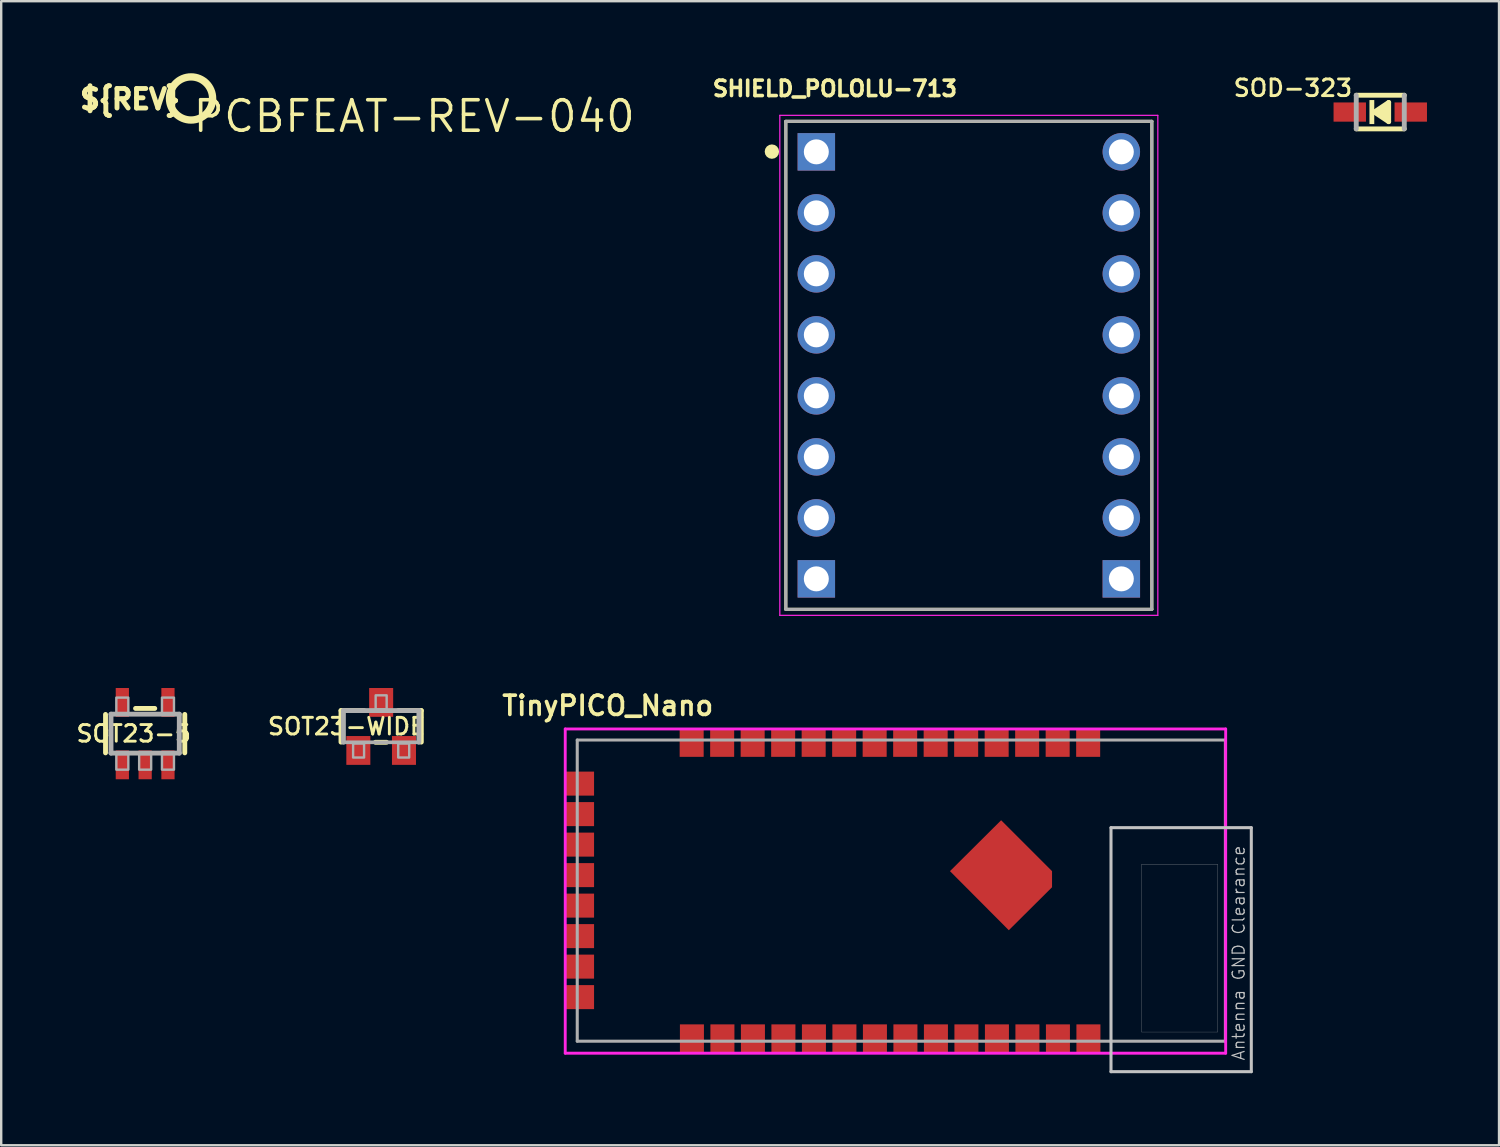
<source format=kicad_pcb>
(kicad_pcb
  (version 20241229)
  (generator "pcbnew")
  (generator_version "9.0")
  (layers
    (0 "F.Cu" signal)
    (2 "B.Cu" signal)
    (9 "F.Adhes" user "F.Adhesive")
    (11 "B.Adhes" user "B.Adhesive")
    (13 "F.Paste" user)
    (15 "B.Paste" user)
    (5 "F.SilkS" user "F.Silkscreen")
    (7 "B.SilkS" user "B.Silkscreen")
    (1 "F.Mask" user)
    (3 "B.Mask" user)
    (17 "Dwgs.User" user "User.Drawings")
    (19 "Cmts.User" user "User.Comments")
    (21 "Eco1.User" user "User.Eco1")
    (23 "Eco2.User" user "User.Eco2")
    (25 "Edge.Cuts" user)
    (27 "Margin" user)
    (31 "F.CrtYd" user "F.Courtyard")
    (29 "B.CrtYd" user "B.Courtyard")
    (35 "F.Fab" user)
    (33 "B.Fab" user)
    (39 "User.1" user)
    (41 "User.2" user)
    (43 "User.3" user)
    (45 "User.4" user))
  (footprint "PCBFEAT-REV-040"
    (layer "F.Cu")
    (at 4.905 1.05)
    (property "Reference" "PCBFEAT-REV-040" (at 0 0 0) (layer "F.SilkS") (effects (font (size 1.27 1.27) (thickness 0.15)) (justify left top)))
    (fp_circle (center 0 0) (end 0.898 0) (stroke (width 0.305) (type solid)) (fill no) (layer "F.SilkS"))
    (fp_text user "${REV}" (at -0.356 0.508 0) (layer "F.SilkS") (effects (font (size 0.813 0.813) (thickness 0.203)) (justify right bottom))))
  (footprint "SOT23-WIDE"
    (layer "F.Cu")
    (at 12.821 27.198)
    (property "Reference" "SOT23-WIDE" (at 1.905 0 180) (layer "F.SilkS") (effects (font (size 0.693 0.693) (thickness 0.12)) (justify right)))
    (fp_line (start -1.672 -0.66) (end -0.714 -0.66) (stroke (width 0.203) (type solid)) (layer "F.SilkS"))
    (fp_line (start -1.672 0.652) (end -1.672 -0.66) (stroke (width 0.203) (type solid)) (layer "F.SilkS"))
    (fp_line (start 0.222 0.66) (end -0.236 0.66) (stroke (width 0.203) (type solid)) (layer "F.SilkS"))
    (fp_line (start 0.714 -0.66) (end 1.672 -0.66) (stroke (width 0.203) (type solid)) (layer "F.SilkS"))
    (fp_line (start 1.672 -0.66) (end 1.672 0.652) (stroke (width 0.203) (type solid)) (layer "F.SilkS"))
    (fp_line (start -1.572 -0.66) (end 1.572 -0.66) (stroke (width 0.203) (type solid)) (layer "F.Fab"))
    (fp_line (start -1.572 0.66) (end -1.572 -0.66) (stroke (width 0.203) (type solid)) (layer "F.Fab"))
    (fp_line (start 1.572 -0.66) (end 1.572 0.66) (stroke (width 0.203) (type solid)) (layer "F.Fab"))
    (fp_line (start 1.572 0.66) (end -1.572 0.66) (stroke (width 0.152) (type solid)) (layer "F.Fab"))
    (fp_poly (pts (xy -1.168 1.295) (xy -0.711 1.295) (xy -0.711 0.711) (xy -1.168 0.711)) (stroke (width 0.1) (type default)) (fill no) (layer "F.Fab"))
    (fp_poly (pts (xy -0.229 -0.711) (xy 0.229 -0.711) (xy 0.229 -1.295) (xy -0.229 -1.295)) (stroke (width 0.1) (type default)) (fill no) (layer "F.Fab"))
    (fp_poly (pts (xy 0.711 1.295) (xy 1.168 1.295) (xy 1.168 0.711) (xy 0.711 0.711)) (stroke (width 0.1) (type default)) (fill no) (layer "F.Fab"))
    (pad "1" smd rect (at -0.95 1) (size 1 1.2) (layers "F.Cu" "F.Mask" "F.Paste"))
    (pad "2" smd rect (at 0.95 1) (size 1 1.2) (layers "F.Cu" "F.Mask" "F.Paste"))
    (pad "3" smd rect (at 0 -1) (size 1 1.2) (layers "F.Cu" "F.Mask" "F.Paste")))
  (footprint "SOD-323"
    (layer "F.Cu")
    (at 54.423 1.616)
    (property "Reference" "SOD-323" (at -1.1 -1 180) (layer "F.SilkS") (effects (font (size 0.693 0.693) (thickness 0.12)) (justify right)))
    (fp_line (start -1 -0.7) (end 1 -0.7) (stroke (width 0.203) (type solid)) (layer "F.SilkS"))
    (fp_line (start -0.25 0) (end 0.35 -0.4) (stroke (width 0.203) (type solid)) (layer "F.SilkS"))
    (fp_line (start 0.35 -0.4) (end 0.35 0.4) (stroke (width 0.203) (type solid)) (layer "F.SilkS"))
    (fp_line (start 0.35 0.4) (end -0.25 0) (stroke (width 0.203) (type solid)) (layer "F.SilkS"))
    (fp_line (start 1 0.7) (end -1 0.7) (stroke (width 0.203) (type solid)) (layer "F.SilkS"))
    (fp_poly (pts (xy 0.302 0.39) (xy -0.283 0) (xy 0.302 -0.39)) (stroke (width 0) (type default)) (fill yes) (layer "F.SilkS"))
    (fp_poly (pts (xy -0.45 0.5) (xy -0.25 0.5) (xy -0.25 -0.5) (xy -0.45 -0.5)) (stroke (width 0) (type default)) (fill yes) (layer "F.SilkS"))
    (fp_line (start -1 0.7) (end -1 -0.7) (stroke (width 0.203) (type solid)) (layer "F.Fab"))
    (fp_line (start 1 -0.7) (end 1 0.7) (stroke (width 0.203) (type solid)) (layer "F.Fab"))
    (pad "A" smd rect (at 1.27 0) (size 1.35 0.8) (layers "F.Cu" "F.Mask" "F.Paste"))
    (pad "C" smd rect (at -1.27 0) (size 1.35 0.8) (layers "F.Cu" "F.Mask" "F.Paste")))
  (footprint "SHIELD_POLOLU-713"
    (layer "F.Cu")
    (at 37.291 12.163)
    (property "Reference" "SHIELD_POLOLU-713" (at -5.577 -11.524 0) (layer "F.SilkS") (effects (font (size 0.641 0.641) (thickness 0.15))))
    (attr through_hole)
    (fp_line (start -7.62 -10.16) (end 7.62 -10.16) (stroke (width 0.127) (type solid)) (layer "F.SilkS"))
    (fp_line (start -7.62 10.16) (end -7.62 -10.16) (stroke (width 0.127) (type solid)) (layer "F.SilkS"))
    (fp_line (start 7.62 -10.16) (end 7.62 10.16) (stroke (width 0.127) (type solid)) (layer "F.SilkS"))
    (fp_line (start 7.62 10.16) (end -7.62 10.16) (stroke (width 0.127) (type solid)) (layer "F.SilkS"))
    (fp_circle (center -8.2 -8.9) (end -8.05 -8.9) (stroke (width 0.3) (type solid)) (fill no) (layer "F.SilkS"))
    (fp_line (start -7.87 -10.41) (end 7.87 -10.41) (stroke (width 0.05) (type solid)) (layer "F.CrtYd"))
    (fp_line (start -7.87 10.41) (end -7.87 -10.41) (stroke (width 0.05) (type solid)) (layer "F.CrtYd"))
    (fp_line (start 7.87 -10.41) (end 7.87 10.41) (stroke (width 0.05) (type solid)) (layer "F.CrtYd"))
    (fp_line (start 7.87 10.41) (end -7.87 10.41) (stroke (width 0.05) (type solid)) (layer "F.CrtYd"))
    (fp_line (start -7.62 -10.16) (end 7.62 -10.16) (stroke (width 0.127) (type solid)) (layer "F.Fab"))
    (fp_line (start -7.62 10.16) (end -7.62 -10.16) (stroke (width 0.127) (type solid)) (layer "F.Fab"))
    (fp_line (start 7.62 -10.16) (end 7.62 10.16) (stroke (width 0.127) (type solid)) (layer "F.Fab"))
    (fp_line (start 7.62 10.16) (end -7.62 10.16) (stroke (width 0.127) (type solid)) (layer "F.Fab"))
    (pad "1" thru_hole rect (at -6.35 -8.89) (size 1.56 1.56) (drill 1.04) (layers "*.Cu" "*.Mask"))
    (pad "2" thru_hole circle (at -6.35 -6.35) (size 1.56 1.56) (drill 1.04) (layers "*.Cu" "*.Mask"))
    (pad "3" thru_hole circle (at -6.35 -3.81) (size 1.56 1.56) (drill 1.04) (layers "*.Cu" "*.Mask"))
    (pad "4" thru_hole circle (at -6.35 -1.27) (size 1.56 1.56) (drill 1.04) (layers "*.Cu" "*.Mask"))
    (pad "5" thru_hole circle (at -6.35 1.27) (size 1.56 1.56) (drill 1.04) (layers "*.Cu" "*.Mask"))
    (pad "6" thru_hole circle (at -6.35 3.81) (size 1.56 1.56) (drill 1.04) (layers "*.Cu" "*.Mask"))
    (pad "7" thru_hole circle (at -6.35 6.35) (size 1.56 1.56) (drill 1.04) (layers "*.Cu" "*.Mask"))
    (pad "8" thru_hole rect (at -6.35 8.89) (size 1.56 1.56) (drill 1.04) (layers "*.Cu" "*.Mask"))
    (pad "9" thru_hole rect (at 6.35 8.89) (size 1.56 1.56) (drill 1.04) (layers "*.Cu" "*.Mask"))
    (pad "10" thru_hole circle (at 6.35 6.35) (size 1.56 1.56) (drill 1.04) (layers "*.Cu" "*.Mask"))
    (pad "11" thru_hole circle (at 6.35 3.81) (size 1.56 1.56) (drill 1.04) (layers "*.Cu" "*.Mask"))
    (pad "12" thru_hole circle (at 6.35 1.27) (size 1.56 1.56) (drill 1.04) (layers "*.Cu" "*.Mask"))
    (pad "13" thru_hole circle (at 6.35 -1.27) (size 1.56 1.56) (drill 1.04) (layers "*.Cu" "*.Mask"))
    (pad "14" thru_hole circle (at 6.35 -3.81) (size 1.56 1.56) (drill 1.04) (layers "*.Cu" "*.Mask"))
    (pad "15" thru_hole circle (at 6.35 -6.35) (size 1.56 1.56) (drill 1.04) (layers "*.Cu" "*.Mask"))
    (pad "16" thru_hole circle (at 6.35 -8.89) (size 1.56 1.56) (drill 1.04) (layers "*.Cu" "*.Mask")))
  (footprint "TinyPICO_Nano"
    (layer "F.Cu")
    (at 20.986 40.304)
    (property "Reference" "TinyPICO_Nano" (at 1.27 -13.97 0) (layer "F.SilkS") (effects (font (size 0.8 0.8) (thickness 0.153))))
    (attr smd)
    (fp_poly (pts (xy 16.383 -7.417) (xy 17.145 -7.417) (xy 17.145 -6.655) (xy 16.383 -6.655)) (stroke (width 0.01) (type solid)) (fill yes) (layer "F.Paste"))
    (fp_poly (pts (xy 17.323 -8.382) (xy 18.085 -8.382) (xy 18.085 -7.62) (xy 17.323 -7.62)) (stroke (width 0.01) (type solid)) (fill yes) (layer "F.Paste"))
    (fp_poly (pts (xy 17.424 -6.299) (xy 18.186 -6.299) (xy 18.186 -5.537) (xy 17.424 -5.537)) (stroke (width 0.01) (type solid)) (fill yes) (layer "F.Paste"))
    (fp_poly (pts (xy 18.44 -7.315) (xy 19.202 -7.315) (xy 19.202 -6.553) (xy 18.44 -6.553)) (stroke (width 0.01) (type solid)) (fill yes) (layer "F.Paste"))
    (fp_line (start 22.225 -8.89) (end 28.067 -8.89) (stroke (width 0.127) (type solid)) (layer "Dwgs.User"))
    (fp_line (start 22.225 1.27) (end 22.225 -8.89) (stroke (width 0.127) (type solid)) (layer "Dwgs.User"))
    (fp_line (start 28.067 -8.89) (end 28.067 1.27) (stroke (width 0.127) (type solid)) (layer "Dwgs.User"))
    (fp_line (start 28.067 1.27) (end 22.225 1.27) (stroke (width 0.127) (type solid)) (layer "Dwgs.User"))
    (fp_line (start -0.5 -13) (end 27 -13) (stroke (width 0.12) (type solid)) (layer "F.CrtYd"))
    (fp_line (start -0.5 0.5) (end -0.5 -13) (stroke (width 0.12) (type solid)) (layer "F.CrtYd"))
    (fp_line (start 27 -13) (end 27 0.5) (stroke (width 0.12) (type solid)) (layer "F.CrtYd"))
    (fp_line (start 27 0.5) (end -0.5 0.5) (stroke (width 0.12) (type solid)) (layer "F.CrtYd"))
    (fp_line (start 0 -12.54) (end 26.988 -12.54) (stroke (width 0.127) (type solid)) (layer "F.Fab"))
    (fp_line (start 0 0) (end 0 -12.54) (stroke (width 0.127) (type solid)) (layer "F.Fab"))
    (fp_line (start 26.988 -12.54) (end 26.988 0) (stroke (width 0.127) (type solid)) (layer "F.Fab"))
    (fp_line (start 26.988 0) (end 0 0) (stroke (width 0.127) (type solid)) (layer "F.Fab"))
    (fp_poly (pts (xy 23.495 -7.366) (xy 26.67 -7.366) (xy 26.67 -0.381) (xy 23.495 -0.381)) (stroke (width 0.01) (type solid)) (fill no) (layer "F.Fab"))
    (fp_text user "Antenna GND Clearance" (at 27.54 -3.67 90) (layer "Dwgs.User") (effects (font (size 0.5 0.5) (thickness 0.05))))
    (pad "1" smd rect (at 0.1 -1.835) (size 1.2 1) (layers "F.Cu" "F.Mask" "F.Paste"))
    (pad "2" smd rect (at 0.1 -3.105) (size 1.2 1) (layers "F.Cu" "F.Mask" "F.Paste"))
    (pad "2" smd custom (at 17.678 -7.036) (size 2.032 2.032) (layers "F.Cu" "F.Mask" "F.Paste") (options (anchor rect)) (primitives (gr_poly (pts (xy 2.092 -0.044) (xy 2.092 0.626) (xy 0.292 2.416) (xy -2.158 -0.044) (xy -0.028 -2.164)) (width 0.0001) (fill yes))))
    (pad "3" smd rect (at 0.1 -4.375) (size 1.2 1) (layers "F.Cu" "F.Mask" "F.Paste"))
    (pad "4" smd rect (at 0.1 -5.645) (size 1.2 1) (layers "F.Cu" "F.Mask" "F.Paste"))
    (pad "5" smd rect (at 0.1 -6.915) (size 1.2 1) (layers "F.Cu" "F.Mask" "F.Paste"))
    (pad "6" smd rect (at 0.1 -8.185) (size 1.2 1) (layers "F.Cu" "F.Mask" "F.Paste"))
    (pad "7" smd rect (at 0.1 -9.455) (size 1.2 1) (layers "F.Cu" "F.Mask" "F.Paste"))
    (pad "8" smd rect (at 0.1 -10.725) (size 1.2 1) (layers "F.Cu" "F.Mask" "F.Paste"))
    (pad "9" smd rect (at 4.764 -12.44) (size 1 1.2) (layers "F.Cu" "F.Mask" "F.Paste"))
    (pad "10" smd rect (at 6.034 -12.44) (size 1 1.2) (layers "F.Cu" "F.Mask" "F.Paste"))
    (pad "11" smd rect (at 7.304 -12.44) (size 1 1.2) (layers "F.Cu" "F.Mask" "F.Paste"))
    (pad "12" smd rect (at 8.574 -12.44) (size 1 1.2) (layers "F.Cu" "F.Mask" "F.Paste"))
    (pad "13" smd rect (at 9.844 -12.44) (size 1 1.2) (layers "F.Cu" "F.Mask" "F.Paste"))
    (pad "14" smd rect (at 11.114 -12.44) (size 1 1.2) (layers "F.Cu" "F.Mask" "F.Paste"))
    (pad "15" smd rect (at 12.384 -12.44) (size 1 1.2) (layers "F.Cu" "F.Mask" "F.Paste"))
    (pad "16" smd rect (at 13.654 -12.44) (size 1 1.2) (layers "F.Cu" "F.Mask" "F.Paste"))
    (pad "17" smd rect (at 14.924 -12.44) (size 1 1.2) (layers "F.Cu" "F.Mask" "F.Paste"))
    (pad "18" smd rect (at 16.194 -12.44) (size 1 1.2) (layers "F.Cu" "F.Mask" "F.Paste"))
    (pad "19" smd rect (at 17.464 -12.44) (size 1 1.2) (layers "F.Cu" "F.Mask" "F.Paste"))
    (pad "20" smd rect (at 18.734 -12.44) (size 1 1.2) (layers "F.Cu" "F.Mask" "F.Paste"))
    (pad "21" smd rect (at 20.004 -12.44) (size 1 1.2) (layers "F.Cu" "F.Mask" "F.Paste"))
    (pad "22" smd rect (at 21.274 -12.44) (size 1 1.2) (layers "F.Cu" "F.Mask" "F.Paste"))
    (pad "23" smd rect (at 4.775 -0.1) (size 1 1.2) (layers "F.Cu" "F.Mask" "F.Paste"))
    (pad "24" smd rect (at 6.045 -0.1) (size 1 1.2) (layers "F.Cu" "F.Mask" "F.Paste"))
    (pad "25" smd rect (at 7.315 -0.1) (size 1 1.2) (layers "F.Cu" "F.Mask" "F.Paste"))
    (pad "26" smd rect (at 8.585 -0.1) (size 1 1.2) (layers "F.Cu" "F.Mask" "F.Paste"))
    (pad "27" smd rect (at 9.855 -0.1) (size 1 1.2) (layers "F.Cu" "F.Mask" "F.Paste"))
    (pad "28" smd rect (at 11.125 -0.1) (size 1 1.2) (layers "F.Cu" "F.Mask" "F.Paste"))
    (pad "29" smd rect (at 12.395 -0.1) (size 1 1.2) (layers "F.Cu" "F.Mask" "F.Paste"))
    (pad "30" smd rect (at 13.665 -0.1) (size 1 1.2) (layers "F.Cu" "F.Mask" "F.Paste"))
    (pad "31" smd rect (at 14.935 -0.1) (size 1 1.2) (layers "F.Cu" "F.Mask" "F.Paste"))
    (pad "32" smd rect (at 16.205 -0.1) (size 1 1.2) (layers "F.Cu" "F.Mask" "F.Paste"))
    (pad "33" smd rect (at 17.475 -0.1) (size 1 1.2) (layers "F.Cu" "F.Mask" "F.Paste"))
    (pad "34" smd rect (at 18.745 -0.1) (size 1 1.2) (layers "F.Cu" "F.Mask" "F.Paste"))
    (pad "35" smd rect (at 20.015 -0.1) (size 1 1.2) (layers "F.Cu" "F.Mask" "F.Paste"))
    (pad "36" smd rect (at 21.285 -0.1) (size 1 1.2) (layers "F.Cu" "F.Mask" "F.Paste")))
  (footprint "SOT23-5"
    (layer "F.Cu")
    (at 2.994 27.498)
    (property "Reference" "SOT23-5" (at 1.978 0 180) (layer "F.SilkS") (effects (font (size 0.693 0.693) (thickness 0.12)) (justify right)))
    (fp_line (start -1.65 -0.8) (end -1.65 0.8) (stroke (width 0.203) (type solid)) (layer "F.SilkS"))
    (fp_line (start -0.4 -1.05) (end 0.4 -1.05) (stroke (width 0.203) (type solid)) (layer "F.SilkS"))
    (fp_line (start 1.65 -0.8) (end 1.65 0.8) (stroke (width 0.203) (type solid)) (layer "F.SilkS"))
    (fp_line (start -1.422 -0.81) (end 1.422 -0.81) (stroke (width 0.203) (type solid)) (layer "F.Fab"))
    (fp_line (start -1.422 0.81) (end -1.422 -0.81) (stroke (width 0.203) (type solid)) (layer "F.Fab"))
    (fp_line (start 1.422 -0.81) (end 1.422 0.81) (stroke (width 0.203) (type solid)) (layer "F.Fab"))
    (fp_line (start 1.422 0.81) (end -1.422 0.81) (stroke (width 0.203) (type solid)) (layer "F.Fab"))
    (fp_poly (pts (xy -1.2 -0.85) (xy -0.7 -0.85) (xy -0.7 -1.5) (xy -1.2 -1.5)) (stroke (width 0.1) (type default)) (fill no) (layer "F.Fab"))
    (fp_poly (pts (xy -1.2 1.5) (xy -0.7 1.5) (xy -0.7 0.85) (xy -1.2 0.85)) (stroke (width 0.1) (type default)) (fill no) (layer "F.Fab"))
    (fp_poly (pts (xy -0.25 1.5) (xy 0.25 1.5) (xy 0.25 0.85) (xy -0.25 0.85)) (stroke (width 0.1) (type default)) (fill no) (layer "F.Fab"))
    (fp_poly (pts (xy 0.7 -0.85) (xy 1.2 -0.85) (xy 1.2 -1.5) (xy 0.7 -1.5)) (stroke (width 0.1) (type default)) (fill no) (layer "F.Fab"))
    (fp_poly (pts (xy 0.7 1.5) (xy 1.2 1.5) (xy 1.2 0.85) (xy 0.7 0.85)) (stroke (width 0.1) (type default)) (fill no) (layer "F.Fab"))
    (pad "1" smd rect (at -0.95 1.3) (size 0.55 1.2) (layers "F.Cu" "F.Mask" "F.Paste"))
    (pad "2" smd rect (at 0 1.3) (size 0.55 1.2) (layers "F.Cu" "F.Mask" "F.Paste"))
    (pad "3" smd rect (at 0.95 1.3) (size 0.55 1.2) (layers "F.Cu" "F.Mask" "F.Paste"))
    (pad "4" smd rect (at 0.95 -1.3) (size 0.55 1.2) (layers "F.Cu" "F.Mask" "F.Paste"))
    (pad "5" smd rect (at -0.95 -1.3) (size 0.55 1.2) (layers "F.Cu" "F.Mask" "F.Paste")))
  (gr_rect
    (start -3 -3)
    (end 59.368 44.638)
    (stroke (width 0.1) (type default))
    (fill no)
    (layer "Edge.Cuts")))
</source>
